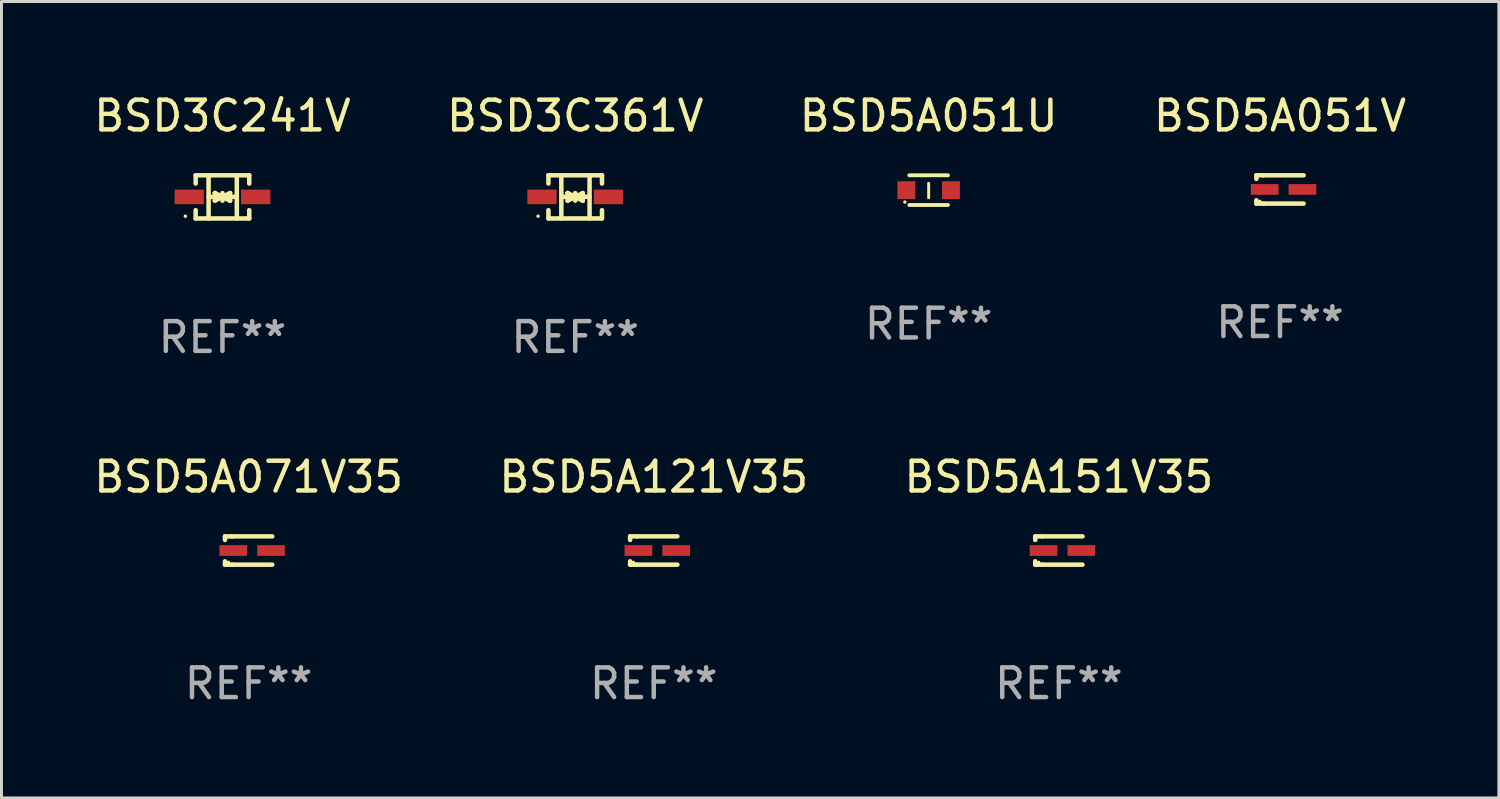
<source format=kicad_pcb>
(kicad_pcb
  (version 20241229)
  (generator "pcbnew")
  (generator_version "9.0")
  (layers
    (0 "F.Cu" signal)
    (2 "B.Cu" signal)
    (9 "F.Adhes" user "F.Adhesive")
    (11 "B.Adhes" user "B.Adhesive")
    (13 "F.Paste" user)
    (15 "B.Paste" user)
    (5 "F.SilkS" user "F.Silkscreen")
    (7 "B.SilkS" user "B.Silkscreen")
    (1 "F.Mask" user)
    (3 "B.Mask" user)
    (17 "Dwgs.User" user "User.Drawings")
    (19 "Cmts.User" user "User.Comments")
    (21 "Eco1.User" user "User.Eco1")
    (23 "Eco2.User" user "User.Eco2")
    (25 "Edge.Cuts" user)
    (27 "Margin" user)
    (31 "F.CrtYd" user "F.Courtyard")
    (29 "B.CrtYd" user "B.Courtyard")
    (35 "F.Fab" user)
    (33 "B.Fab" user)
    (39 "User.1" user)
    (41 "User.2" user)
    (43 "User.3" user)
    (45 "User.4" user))
  (footprint "BSD3C361V"
    (layer "F.Cu")
    (at 16.304 3.574)
    (property "Reference" "BSD3C361V" (at 0 -2.726 0) (layer "F.SilkS") (effects (font (size 1 1) (thickness 0.15))))
    (attr through_hole)
    (fp_line (start -0.901 -0.726) (end -0.901 -0.448) (stroke (width 0.152) (type solid)) (layer "F.SilkS"))
    (fp_line (start -0.901 0.726) (end -0.901 0.448) (stroke (width 0.152) (type solid)) (layer "F.SilkS"))
    (fp_line (start -0.467 0) (end 0.483 -0.003) (stroke (width 0.154) (type solid)) (layer "F.SilkS"))
    (fp_line (start -0.467 0.726) (end -0.467 -0.726) (stroke (width 0.152) (type solid)) (layer "F.SilkS"))
    (fp_line (start -0.254 -0.127) (end -0.254 -0.127) (stroke (width 0.154) (type solid)) (layer "F.SilkS"))
    (fp_line (start -0.254 -0.127) (end -0.002 -0.003) (stroke (width 0.154) (type solid)) (layer "F.SilkS"))
    (fp_line (start -0.254 0.127) (end -0.254 -0.127) (stroke (width 0.154) (type solid)) (layer "F.SilkS"))
    (fp_line (start -0.127 0) (end 0.003 0) (stroke (width 0.154) (type solid)) (layer "F.SilkS"))
    (fp_line (start -0.003 0) (end -0.254 0.127) (stroke (width 0.154) (type solid)) (layer "F.SilkS"))
    (fp_line (start 0 -0.127) (end 0 0.127) (stroke (width 0.154) (type solid)) (layer "F.SilkS"))
    (fp_line (start 0.003 0) (end 0.254 -0.127) (stroke (width 0.154) (type solid)) (layer "F.SilkS"))
    (fp_line (start 0.127 0) (end -0.003 0) (stroke (width 0.154) (type solid)) (layer "F.SilkS"))
    (fp_line (start 0.254 -0.127) (end 0.254 0.127) (stroke (width 0.154) (type solid)) (layer "F.SilkS"))
    (fp_line (start 0.254 0.127) (end 0.002 0.003) (stroke (width 0.154) (type solid)) (layer "F.SilkS"))
    (fp_line (start 0.254 0.127) (end 0.254 0.127) (stroke (width 0.154) (type solid)) (layer "F.SilkS"))
    (fp_line (start 0.483 0.726) (end 0.483 -0.726) (stroke (width 0.152) (type solid)) (layer "F.SilkS"))
    (fp_line (start 0.901 -0.726) (end -0.901 -0.726) (stroke (width 0.152) (type solid)) (layer "F.SilkS"))
    (fp_line (start 0.901 -0.726) (end 0.901 -0.448) (stroke (width 0.152) (type solid)) (layer "F.SilkS"))
    (fp_line (start 0.901 0.726) (end -0.901 0.726) (stroke (width 0.152) (type solid)) (layer "F.SilkS"))
    (fp_line (start 0.901 0.726) (end 0.901 0.448) (stroke (width 0.152) (type solid)) (layer "F.SilkS"))
    (fp_circle (center -1.25 0.65) (end -1.22 0.65) (stroke (width 0.06) (type solid)) (fill no) (layer "F.SilkS"))
    (fp_text user "REF**" (at 0 4.726 0) (layer "F.Fab") (effects (font (size 1 1) (thickness 0.15))))
    (pad "1" smd rect (at -1.118 0) (size 0.985 0.49) (layers "F.Cu" "F.Mask" "F.Paste"))
    (pad "2" smd rect (at 1.118 0) (size 0.985 0.49) (layers "F.Cu" "F.Mask" "F.Paste")))
  (footprint "BSD5A151V35"
    (layer "F.Cu")
    (at 32.577 15.473)
    (property "Reference" "BSD5A151V35" (at 0 -2.476 0) (layer "F.SilkS") (effects (font (size 1 1) (thickness 0.15))))
    (attr through_hole)
    (fp_line (start -0.795 -0.476) (end -0.795 -0.356) (stroke (width 0.152) (type solid)) (layer "F.SilkS"))
    (fp_line (start -0.795 0.363) (end -0.795 0.476) (stroke (width 0.152) (type solid)) (layer "F.SilkS"))
    (fp_line (start -0.795 0.476) (end -0.557 0.476) (stroke (width 0.152) (type solid)) (layer "F.SilkS"))
    (fp_line (start -0.557 -0.476) (end -0.795 -0.476) (stroke (width 0.152) (type solid)) (layer "F.SilkS"))
    (fp_line (start -0.557 -0.476) (end 0.795 -0.476) (stroke (width 0.152) (type solid)) (layer "F.SilkS"))
    (fp_line (start -0.557 0.476) (end 0.795 0.476) (stroke (width 0.152) (type solid)) (layer "F.SilkS"))
    (fp_circle (center -0.681 0.4) (end -0.651 0.4) (stroke (width 0.06) (type solid)) (fill no) (layer "F.SilkS"))
    (fp_text user "REF**" (at 0 4.476 0) (layer "F.Fab") (effects (font (size 1 1) (thickness 0.15))))
    (pad "1" smd rect (at -0.516 0 180) (size 0.93 0.36) (layers "F.Cu" "F.Mask" "F.Paste"))
    (pad "2" smd rect (at 0.754 0 180) (size 0.93 0.36) (layers "F.Cu" "F.Mask" "F.Paste")))
  (footprint "BSD5A051V"
    (layer "F.Cu")
    (at 40.018 3.324)
    (property "Reference" "BSD5A051V" (at 0 -2.476 0) (layer "F.SilkS") (effects (font (size 1 1) (thickness 0.15))))
    (attr through_hole)
    (fp_line (start -0.795 -0.476) (end -0.795 -0.356) (stroke (width 0.152) (type solid)) (layer "F.SilkS"))
    (fp_line (start -0.795 0.363) (end -0.795 0.476) (stroke (width 0.152) (type solid)) (layer "F.SilkS"))
    (fp_line (start -0.795 0.476) (end -0.557 0.476) (stroke (width 0.152) (type solid)) (layer "F.SilkS"))
    (fp_line (start -0.557 -0.476) (end -0.795 -0.476) (stroke (width 0.152) (type solid)) (layer "F.SilkS"))
    (fp_line (start -0.557 -0.476) (end 0.795 -0.476) (stroke (width 0.152) (type solid)) (layer "F.SilkS"))
    (fp_line (start -0.557 0.476) (end 0.795 0.476) (stroke (width 0.152) (type solid)) (layer "F.SilkS"))
    (fp_circle (center -0.681 0.4) (end -0.651 0.4) (stroke (width 0.06) (type solid)) (fill no) (layer "F.SilkS"))
    (fp_text user "REF**" (at 0 4.476 0) (layer "F.Fab") (effects (font (size 1 1) (thickness 0.15))))
    (pad "1" smd rect (at -0.516 0 180) (size 0.93 0.36) (layers "F.Cu" "F.Mask" "F.Paste"))
    (pad "2" smd rect (at 0.754 0 180) (size 0.93 0.36) (layers "F.Cu" "F.Mask" "F.Paste")))
  (footprint "BSD5A071V35"
    (layer "F.Cu")
    (at 5.315 15.473)
    (property "Reference" "BSD5A071V35" (at 0 -2.476 0) (layer "F.SilkS") (effects (font (size 1 1) (thickness 0.15))))
    (attr through_hole)
    (fp_line (start -0.795 -0.476) (end -0.795 -0.356) (stroke (width 0.152) (type solid)) (layer "F.SilkS"))
    (fp_line (start -0.795 0.363) (end -0.795 0.476) (stroke (width 0.152) (type solid)) (layer "F.SilkS"))
    (fp_line (start -0.795 0.476) (end -0.557 0.476) (stroke (width 0.152) (type solid)) (layer "F.SilkS"))
    (fp_line (start -0.557 -0.476) (end -0.795 -0.476) (stroke (width 0.152) (type solid)) (layer "F.SilkS"))
    (fp_line (start -0.557 -0.476) (end 0.795 -0.476) (stroke (width 0.152) (type solid)) (layer "F.SilkS"))
    (fp_line (start -0.557 0.476) (end 0.795 0.476) (stroke (width 0.152) (type solid)) (layer "F.SilkS"))
    (fp_circle (center -0.681 0.4) (end -0.651 0.4) (stroke (width 0.06) (type solid)) (fill no) (layer "F.SilkS"))
    (fp_text user "REF**" (at 0 4.476 0) (layer "F.Fab") (effects (font (size 1 1) (thickness 0.15))))
    (pad "1" smd rect (at -0.516 0 180) (size 0.93 0.36) (layers "F.Cu" "F.Mask" "F.Paste"))
    (pad "2" smd rect (at 0.754 0 180) (size 0.93 0.36) (layers "F.Cu" "F.Mask" "F.Paste")))
  (footprint "BSD3C241V"
    (layer "F.Cu")
    (at 4.435 3.574)
    (property "Reference" "BSD3C241V" (at 0 -2.726 0) (layer "F.SilkS") (effects (font (size 1 1) (thickness 0.15))))
    (attr through_hole)
    (fp_line (start -0.901 -0.726) (end -0.901 -0.448) (stroke (width 0.152) (type solid)) (layer "F.SilkS"))
    (fp_line (start -0.901 0.726) (end -0.901 0.448) (stroke (width 0.152) (type solid)) (layer "F.SilkS"))
    (fp_line (start -0.467 0) (end 0.483 -0.003) (stroke (width 0.154) (type solid)) (layer "F.SilkS"))
    (fp_line (start -0.467 0.726) (end -0.467 -0.726) (stroke (width 0.152) (type solid)) (layer "F.SilkS"))
    (fp_line (start -0.254 -0.127) (end -0.254 -0.127) (stroke (width 0.154) (type solid)) (layer "F.SilkS"))
    (fp_line (start -0.254 -0.127) (end -0.002 -0.003) (stroke (width 0.154) (type solid)) (layer "F.SilkS"))
    (fp_line (start -0.254 0.127) (end -0.254 -0.127) (stroke (width 0.154) (type solid)) (layer "F.SilkS"))
    (fp_line (start -0.127 0) (end 0.003 0) (stroke (width 0.154) (type solid)) (layer "F.SilkS"))
    (fp_line (start -0.003 0) (end -0.254 0.127) (stroke (width 0.154) (type solid)) (layer "F.SilkS"))
    (fp_line (start 0 -0.127) (end 0 0.127) (stroke (width 0.154) (type solid)) (layer "F.SilkS"))
    (fp_line (start 0.003 0) (end 0.254 -0.127) (stroke (width 0.154) (type solid)) (layer "F.SilkS"))
    (fp_line (start 0.127 0) (end -0.003 0) (stroke (width 0.154) (type solid)) (layer "F.SilkS"))
    (fp_line (start 0.254 -0.127) (end 0.254 0.127) (stroke (width 0.154) (type solid)) (layer "F.SilkS"))
    (fp_line (start 0.254 0.127) (end 0.002 0.003) (stroke (width 0.154) (type solid)) (layer "F.SilkS"))
    (fp_line (start 0.254 0.127) (end 0.254 0.127) (stroke (width 0.154) (type solid)) (layer "F.SilkS"))
    (fp_line (start 0.483 0.726) (end 0.483 -0.726) (stroke (width 0.152) (type solid)) (layer "F.SilkS"))
    (fp_line (start 0.901 -0.726) (end -0.901 -0.726) (stroke (width 0.152) (type solid)) (layer "F.SilkS"))
    (fp_line (start 0.901 -0.726) (end 0.901 -0.448) (stroke (width 0.152) (type solid)) (layer "F.SilkS"))
    (fp_line (start 0.901 0.726) (end -0.901 0.726) (stroke (width 0.152) (type solid)) (layer "F.SilkS"))
    (fp_line (start 0.901 0.726) (end 0.901 0.448) (stroke (width 0.152) (type solid)) (layer "F.SilkS"))
    (fp_circle (center -1.25 0.65) (end -1.22 0.65) (stroke (width 0.06) (type solid)) (fill no) (layer "F.SilkS"))
    (fp_text user "REF**" (at 0 4.726 0) (layer "F.Fab") (effects (font (size 1 1) (thickness 0.15))))
    (pad "1" smd rect (at -1.118 0) (size 0.985 0.49) (layers "F.Cu" "F.Mask" "F.Paste"))
    (pad "2" smd rect (at 1.118 0) (size 0.985 0.49) (layers "F.Cu" "F.Mask" "F.Paste")))
  (footprint "BSD5A121V35"
    (layer "F.Cu")
    (at 18.946 15.473)
    (property "Reference" "BSD5A121V35" (at 0 -2.476 0) (layer "F.SilkS") (effects (font (size 1 1) (thickness 0.15))))
    (attr through_hole)
    (fp_line (start -0.795 -0.476) (end -0.795 -0.356) (stroke (width 0.152) (type solid)) (layer "F.SilkS"))
    (fp_line (start -0.795 0.363) (end -0.795 0.476) (stroke (width 0.152) (type solid)) (layer "F.SilkS"))
    (fp_line (start -0.795 0.476) (end -0.557 0.476) (stroke (width 0.152) (type solid)) (layer "F.SilkS"))
    (fp_line (start -0.557 -0.476) (end -0.795 -0.476) (stroke (width 0.152) (type solid)) (layer "F.SilkS"))
    (fp_line (start -0.557 -0.476) (end 0.795 -0.476) (stroke (width 0.152) (type solid)) (layer "F.SilkS"))
    (fp_line (start -0.557 0.476) (end 0.795 0.476) (stroke (width 0.152) (type solid)) (layer "F.SilkS"))
    (fp_circle (center -0.681 0.4) (end -0.651 0.4) (stroke (width 0.06) (type solid)) (fill no) (layer "F.SilkS"))
    (fp_text user "REF**" (at 0 4.476 0) (layer "F.Fab") (effects (font (size 1 1) (thickness 0.15))))
    (pad "1" smd rect (at -0.516 0 180) (size 0.93 0.36) (layers "F.Cu" "F.Mask" "F.Paste"))
    (pad "2" smd rect (at 0.754 0 180) (size 0.93 0.36) (layers "F.Cu" "F.Mask" "F.Paste")))
  (footprint "BSD5A051U"
    (layer "F.Cu")
    (at 28.196 3.348)
    (property "Reference" "BSD5A051U" (at 0 -2.5 0) (layer "F.SilkS") (effects (font (size 1 1) (thickness 0.15))))
    (attr through_hole)
    (fp_line (start -0.65 -0.5) (end 0.65 -0.5) (stroke (width 0.13) (type solid)) (layer "F.SilkS"))
    (fp_line (start -0.65 0.5) (end 0.65 0.5) (stroke (width 0.13) (type solid)) (layer "F.SilkS"))
    (fp_line (start 0 -0.229) (end 0 0.254) (stroke (width 0.1) (type solid)) (layer "F.SilkS"))
    (fp_circle (center -0.8 0.4) (end -0.77 0.4) (stroke (width 0.06) (type solid)) (fill no) (layer "F.SilkS"))
    (fp_text user "REF**" (at 0 4.5 0) (layer "F.Fab") (effects (font (size 1 1) (thickness 0.15))))
    (pad "1" smd rect (at -0.75 0) (size 0.6 0.6) (layers "F.Cu" "F.Mask" "F.Paste"))
    (pad "2" smd rect (at 0.75 0 180) (size 0.6 0.6) (layers "F.Cu" "F.Mask" "F.Paste")))
  (gr_rect
    (start -3 -3)
    (end 47.381 23.798)
    (stroke (width 0.1) (type default))
    (fill no)
    (layer "Edge.Cuts")))
</source>
